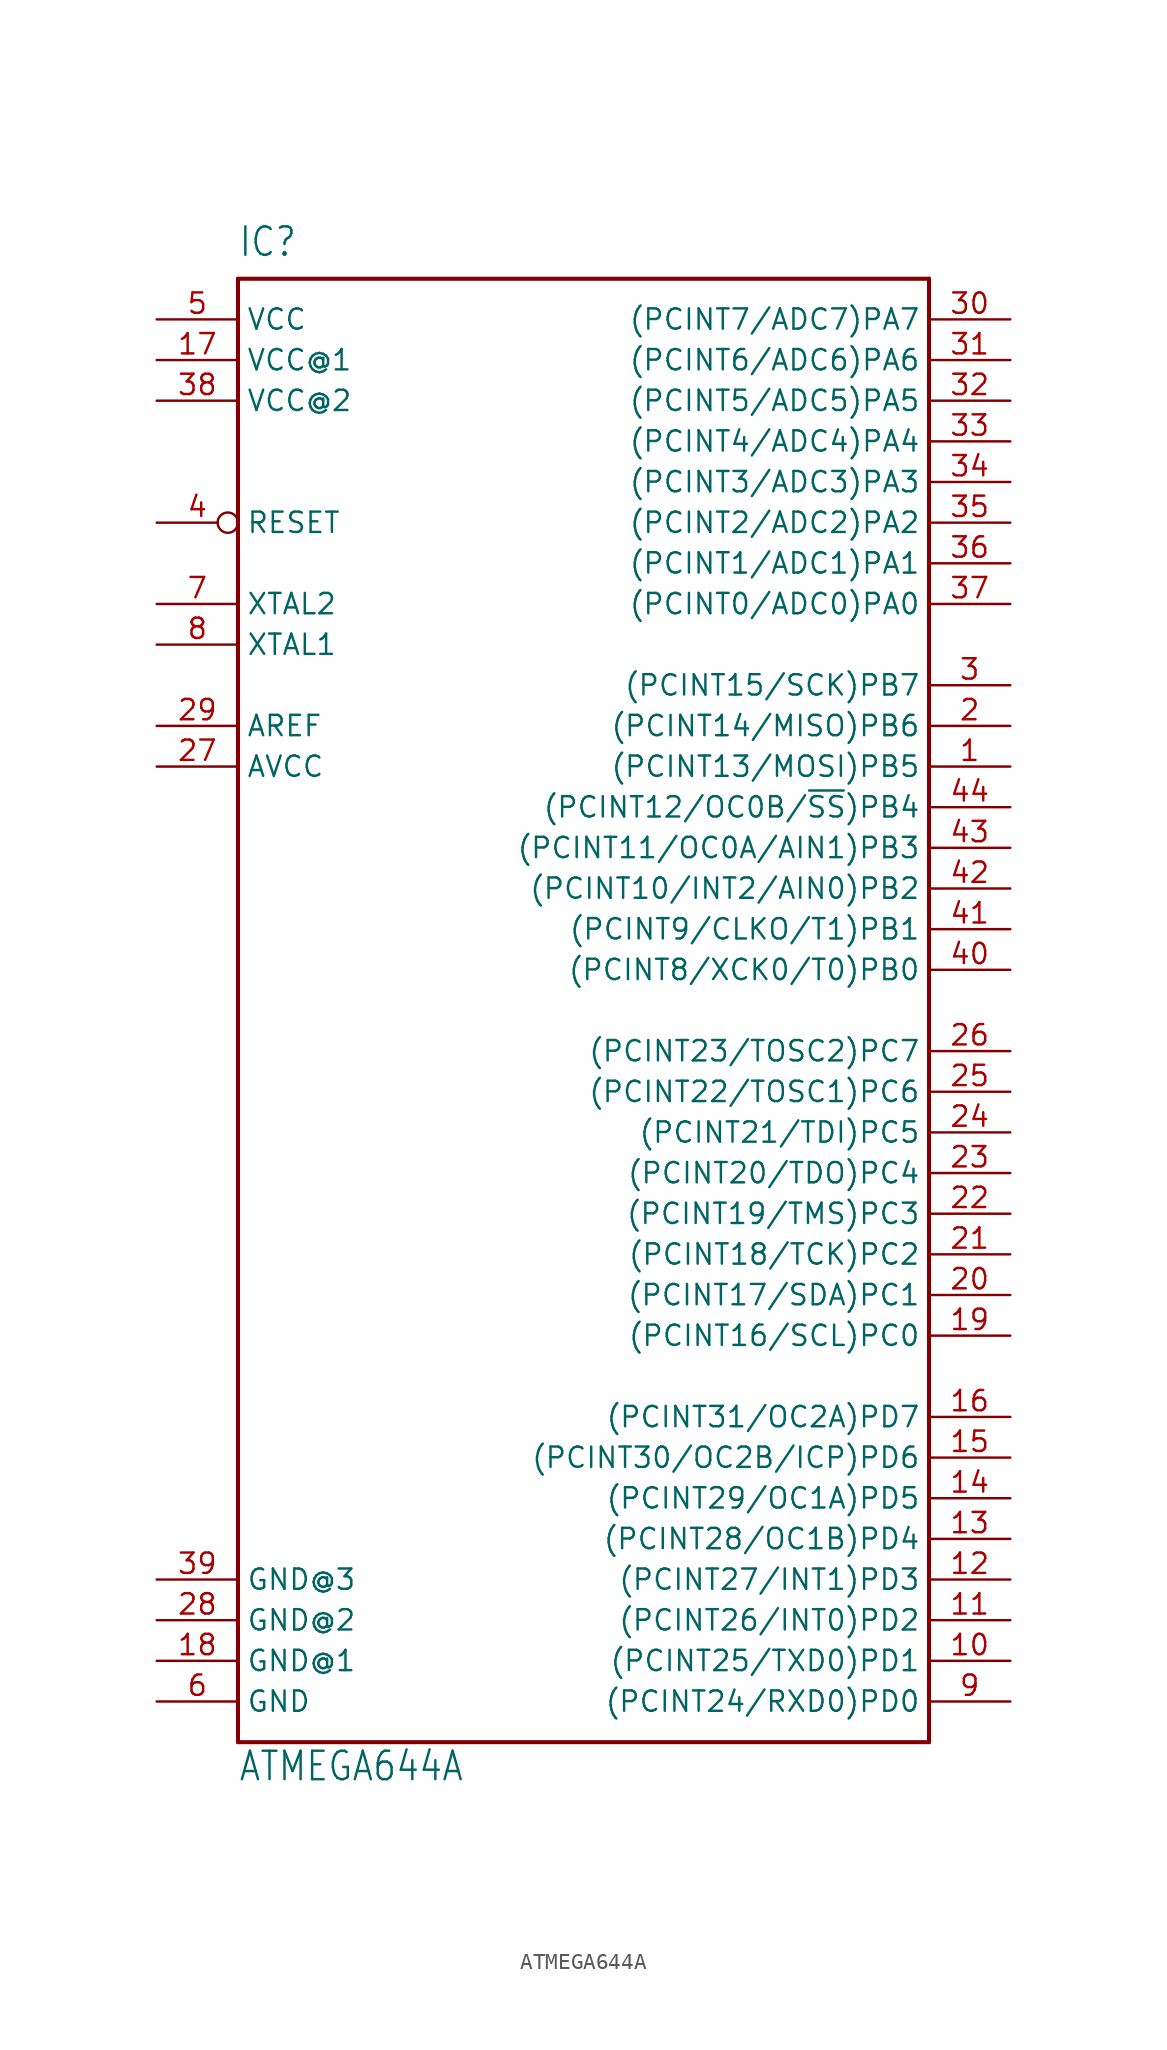
<source format=kicad_sym>
(kicad_symbol_lib
  (version 20211014)
  (generator kicad_symbol_editor)
  (symbol "ATMEGA644A"
    (property "Reference" "IC"
      (at -22.86 46.99 0)
      (effects (font (size 1.778 1.511)) (justify left bottom)))
    (property "Value" "ATMEGA644A"
      (at -22.86 -48.26 0)
      (effects (font (size 1.778 1.511)) (justify left bottom)))
    (property "ki_locked" ""
      (at 0 0 0)
      (effects (font (size 1.27 1.27))))
    (symbol "ATMEGA644A_1_0"
      (polyline (pts (xy -22.86 -45.72) (xy -22.86 45.72)) (stroke (width 0.254) (type default) (color 0 0 0 0)) (fill (type none)))
      (polyline (pts (xy -22.86 45.72) (xy 20.32 45.72)) (stroke (width 0.254) (type default) (color 0 0 0 0)) (fill (type none)))
      (polyline (pts (xy 20.32 -45.72) (xy -22.86 -45.72)) (stroke (width 0.254) (type default) (color 0 0 0 0)) (fill (type none)))
      (polyline (pts (xy 20.32 45.72) (xy 20.32 -45.72)) (stroke (width 0.254) (type default) (color 0 0 0 0)) (fill (type none)))
      (pin bidirectional line (at 25.4 15.24 180) (length 5.08) (name "(PCINT13/MOSI)PB5" (effects (font (size 1.27 1.27)))) (number "1" (effects (font (size 1.27 1.27)))))
      (pin bidirectional line (at 25.4 -40.64 180) (length 5.08) (name "(PCINT25/TXD0)PD1" (effects (font (size 1.27 1.27)))) (number "10" (effects (font (size 1.27 1.27)))))
      (pin bidirectional line (at 25.4 -38.1 180) (length 5.08) (name "(PCINT26/INT0)PD2" (effects (font (size 1.27 1.27)))) (number "11" (effects (font (size 1.27 1.27)))))
      (pin bidirectional line (at 25.4 -35.56 180) (length 5.08) (name "(PCINT27/INT1)PD3" (effects (font (size 1.27 1.27)))) (number "12" (effects (font (size 1.27 1.27)))))
      (pin bidirectional line (at 25.4 -33.02 180) (length 5.08) (name "(PCINT28/OC1B)PD4" (effects (font (size 1.27 1.27)))) (number "13" (effects (font (size 1.27 1.27)))))
      (pin bidirectional line (at 25.4 -30.48 180) (length 5.08) (name "(PCINT29/OC1A)PD5" (effects (font (size 1.27 1.27)))) (number "14" (effects (font (size 1.27 1.27)))))
      (pin bidirectional line (at 25.4 -27.94 180) (length 5.08) (name "(PCINT30/OC2B/ICP)PD6" (effects (font (size 1.27 1.27)))) (number "15" (effects (font (size 1.27 1.27)))))
      (pin bidirectional line (at 25.4 -25.4 180) (length 5.08) (name "(PCINT31/OC2A)PD7" (effects (font (size 1.27 1.27)))) (number "16" (effects (font (size 1.27 1.27)))))
      (pin power_in line (at -27.94 40.64 0) (length 5.08) (name "VCC@1" (effects (font (size 1.27 1.27)))) (number "17" (effects (font (size 1.27 1.27)))))
      (pin power_in line (at -27.94 -40.64 0) (length 5.08) (name "GND@1" (effects (font (size 1.27 1.27)))) (number "18" (effects (font (size 1.27 1.27)))))
      (pin output line (at 25.4 -20.32 180) (length 5.08) (name "(PCINT16/SCL)PC0" (effects (font (size 1.27 1.27)))) (number "19" (effects (font (size 1.27 1.27)))))
      (pin bidirectional line (at 25.4 17.78 180) (length 5.08) (name "(PCINT14/MISO)PB6" (effects (font (size 1.27 1.27)))) (number "2" (effects (font (size 1.27 1.27)))))
      (pin output line (at 25.4 -17.78 180) (length 5.08) (name "(PCINT17/SDA)PC1" (effects (font (size 1.27 1.27)))) (number "20" (effects (font (size 1.27 1.27)))))
      (pin output line (at 25.4 -15.24 180) (length 5.08) (name "(PCINT18/TCK)PC2" (effects (font (size 1.27 1.27)))) (number "21" (effects (font (size 1.27 1.27)))))
      (pin output line (at 25.4 -12.7 180) (length 5.08) (name "(PCINT19/TMS)PC3" (effects (font (size 1.27 1.27)))) (number "22" (effects (font (size 1.27 1.27)))))
      (pin output line (at 25.4 -10.16 180) (length 5.08) (name "(PCINT20/TDO)PC4" (effects (font (size 1.27 1.27)))) (number "23" (effects (font (size 1.27 1.27)))))
      (pin output line (at 25.4 -7.62 180) (length 5.08) (name "(PCINT21/TDI)PC5" (effects (font (size 1.27 1.27)))) (number "24" (effects (font (size 1.27 1.27)))))
      (pin output line (at 25.4 -5.08 180) (length 5.08) (name "(PCINT22/TOSC1)PC6" (effects (font (size 1.27 1.27)))) (number "25" (effects (font (size 1.27 1.27)))))
      (pin output line (at 25.4 -2.54 180) (length 5.08) (name "(PCINT23/TOSC2)PC7" (effects (font (size 1.27 1.27)))) (number "26" (effects (font (size 1.27 1.27)))))
      (pin power_in line (at -27.94 15.24 0) (length 5.08) (name "AVCC" (effects (font (size 1.27 1.27)))) (number "27" (effects (font (size 1.27 1.27)))))
      (pin power_in line (at -27.94 -38.1 0) (length 5.08) (name "GND@2" (effects (font (size 1.27 1.27)))) (number "28" (effects (font (size 1.27 1.27)))))
      (pin passive line (at -27.94 17.78 0) (length 5.08) (name "AREF" (effects (font (size 1.27 1.27)))) (number "29" (effects (font (size 1.27 1.27)))))
      (pin bidirectional line (at 25.4 20.32 180) (length 5.08) (name "(PCINT15/SCK)PB7" (effects (font (size 1.27 1.27)))) (number "3" (effects (font (size 1.27 1.27)))))
      (pin bidirectional line (at 25.4 43.18 180) (length 5.08) (name "(PCINT7/ADC7)PA7" (effects (font (size 1.27 1.27)))) (number "30" (effects (font (size 1.27 1.27)))))
      (pin bidirectional line (at 25.4 40.64 180) (length 5.08) (name "(PCINT6/ADC6)PA6" (effects (font (size 1.27 1.27)))) (number "31" (effects (font (size 1.27 1.27)))))
      (pin bidirectional line (at 25.4 38.1 180) (length 5.08) (name "(PCINT5/ADC5)PA5" (effects (font (size 1.27 1.27)))) (number "32" (effects (font (size 1.27 1.27)))))
      (pin bidirectional line (at 25.4 35.56 180) (length 5.08) (name "(PCINT4/ADC4)PA4" (effects (font (size 1.27 1.27)))) (number "33" (effects (font (size 1.27 1.27)))))
      (pin bidirectional line (at 25.4 33.02 180) (length 5.08) (name "(PCINT3/ADC3)PA3" (effects (font (size 1.27 1.27)))) (number "34" (effects (font (size 1.27 1.27)))))
      (pin bidirectional line (at 25.4 30.48 180) (length 5.08) (name "(PCINT2/ADC2)PA2" (effects (font (size 1.27 1.27)))) (number "35" (effects (font (size 1.27 1.27)))))
      (pin bidirectional line (at 25.4 27.94 180) (length 5.08) (name "(PCINT1/ADC1)PA1" (effects (font (size 1.27 1.27)))) (number "36" (effects (font (size 1.27 1.27)))))
      (pin bidirectional line (at 25.4 25.4 180) (length 5.08) (name "(PCINT0/ADC0)PA0" (effects (font (size 1.27 1.27)))) (number "37" (effects (font (size 1.27 1.27)))))
      (pin power_in line (at -27.94 38.1 0) (length 5.08) (name "VCC@2" (effects (font (size 1.27 1.27)))) (number "38" (effects (font (size 1.27 1.27)))))
      (pin power_in line (at -27.94 -35.56 0) (length 5.08) (name "GND@3" (effects (font (size 1.27 1.27)))) (number "39" (effects (font (size 1.27 1.27)))))
      (pin input inverted (at -27.94 30.48 0) (length 5.08) (name "RESET" (effects (font (size 1.27 1.27)))) (number "4" (effects (font (size 1.27 1.27)))))
      (pin bidirectional line (at 25.4 2.54 180) (length 5.08) (name "(PCINT8/XCK0/T0)PB0" (effects (font (size 1.27 1.27)))) (number "40" (effects (font (size 1.27 1.27)))))
      (pin bidirectional line (at 25.4 5.08 180) (length 5.08) (name "(PCINT9/CLKO/T1)PB1" (effects (font (size 1.27 1.27)))) (number "41" (effects (font (size 1.27 1.27)))))
      (pin bidirectional line (at 25.4 7.62 180) (length 5.08) (name "(PCINT10/INT2/AIN0)PB2" (effects (font (size 1.27 1.27)))) (number "42" (effects (font (size 1.27 1.27)))))
      (pin bidirectional line (at 25.4 10.16 180) (length 5.08) (name "(PCINT11/OC0A/AIN1)PB3" (effects (font (size 1.27 1.27)))) (number "43" (effects (font (size 1.27 1.27)))))
      (pin bidirectional line (at 25.4 12.7 180) (length 5.08) (name "(PCINT12/OC0B/~{SS})PB4" (effects (font (size 1.27 1.27)))) (number "44" (effects (font (size 1.27 1.27)))))
      (pin power_in line (at -27.94 43.18 0) (length 5.08) (name "VCC" (effects (font (size 1.27 1.27)))) (number "5" (effects (font (size 1.27 1.27)))))
      (pin power_in line (at -27.94 -43.18 0) (length 5.08) (name "GND" (effects (font (size 1.27 1.27)))) (number "6" (effects (font (size 1.27 1.27)))))
      (pin bidirectional line (at -27.94 25.4 0) (length 5.08) (name "XTAL2" (effects (font (size 1.27 1.27)))) (number "7" (effects (font (size 1.27 1.27)))))
      (pin bidirectional line (at -27.94 22.86 0) (length 5.08) (name "XTAL1" (effects (font (size 1.27 1.27)))) (number "8" (effects (font (size 1.27 1.27)))))
      (pin bidirectional line (at 25.4 -43.18 180) (length 5.08) (name "(PCINT24/RXD0)PD0" (effects (font (size 1.27 1.27)))) (number "9" (effects (font (size 1.27 1.27))))))))
</source>
